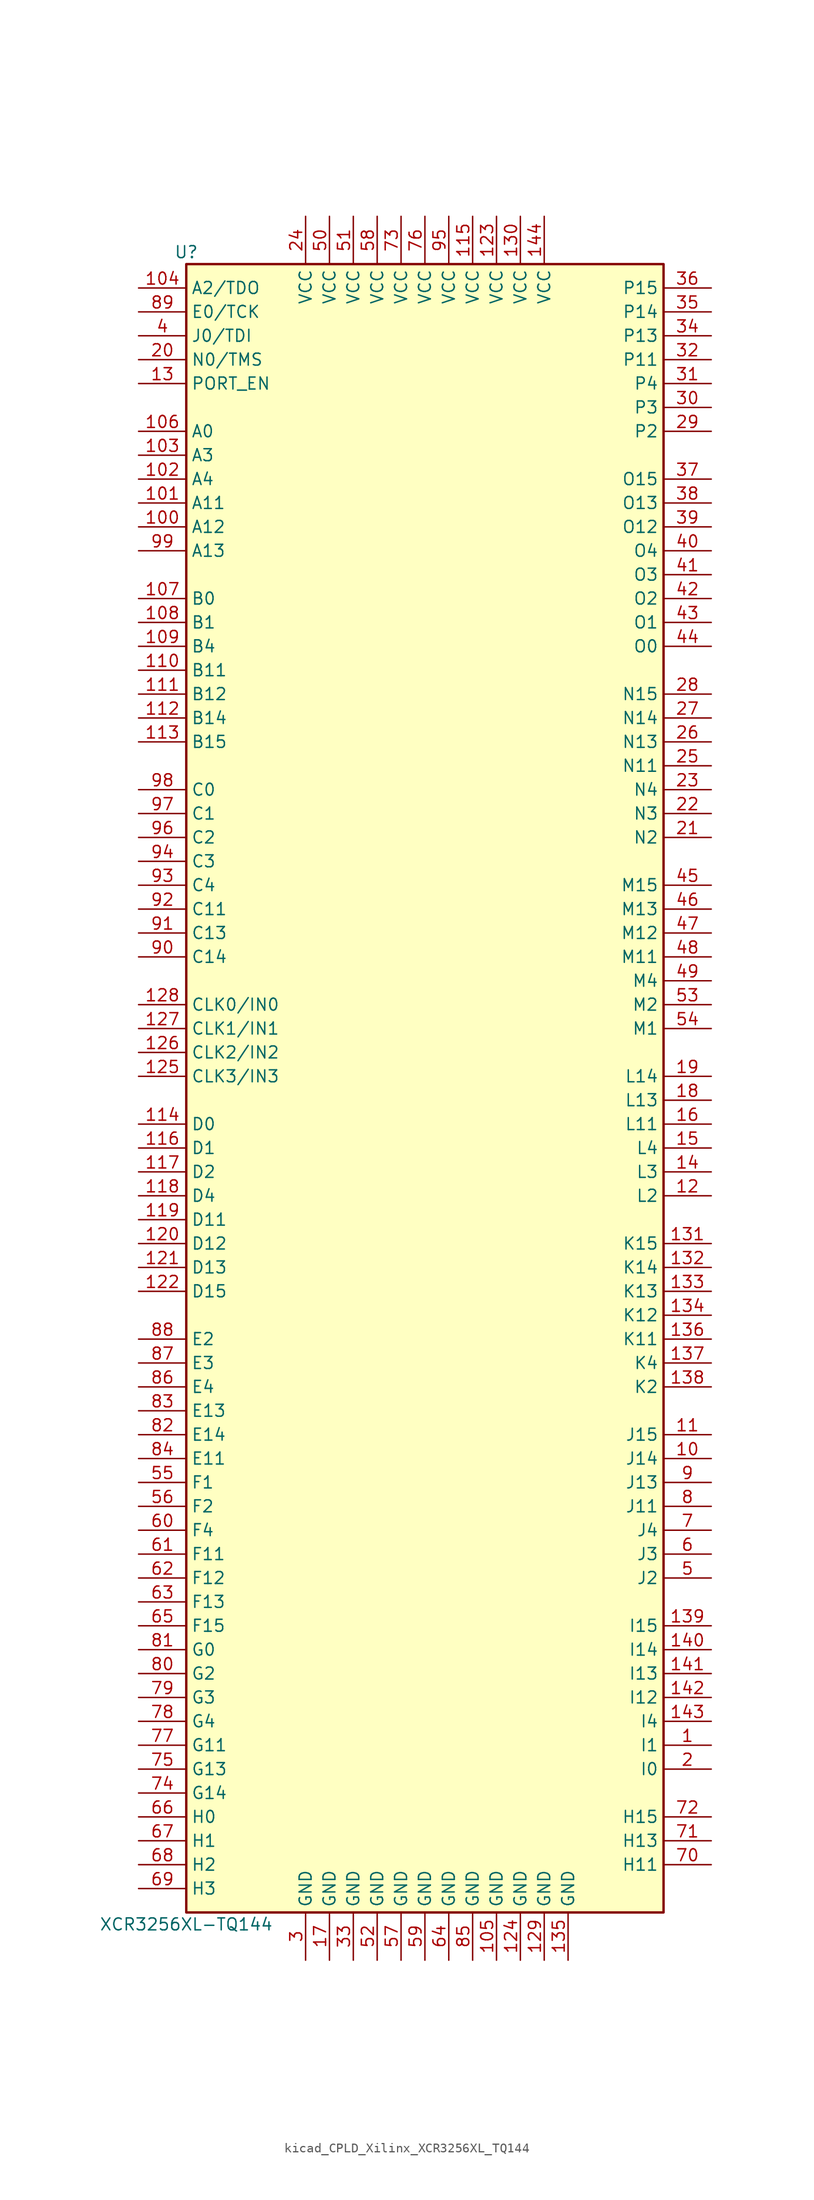
<source format=kicad_sym>
(kicad_symbol_lib
  (version 20220914)
  (generator kicad_symbol_editor)
  (symbol "kicad_CPLD_Xilinx_XCR3256XL_TQ144"
    (property "Reference" "U"
      (at -25.4 87.63 0)
      (effects (font (size 1.27 1.27))))
    (property "Value" "XCR3256XL-TQ144"
      (at -25.4 -90.17 0)
      (effects (font (size 1.27 1.27))))
    (symbol "kicad_CPLD_Xilinx_XCR3256XL_TQ144_1_1"
      (rectangle (start -25.4 86.36) (end 25.4 -88.9) (stroke (width 0.254) (type default)) (fill (type background)))
      (pin passive line (at 30.48 -71.12 180) (length 5.08) (name "I1" (effects (font (size 1.27 1.27)))) (number "1" (effects (font (size 1.27 1.27)))))
      (pin passive line (at 30.48 -40.64 180) (length 5.08) (name "J14" (effects (font (size 1.27 1.27)))) (number "10" (effects (font (size 1.27 1.27)))))
      (pin passive line (at -30.48 58.42 0) (length 5.08) (name "A12" (effects (font (size 1.27 1.27)))) (number "100" (effects (font (size 1.27 1.27)))))
      (pin passive line (at -30.48 60.96 0) (length 5.08) (name "A11" (effects (font (size 1.27 1.27)))) (number "101" (effects (font (size 1.27 1.27)))))
      (pin passive line (at -30.48 63.5 0) (length 5.08) (name "A4" (effects (font (size 1.27 1.27)))) (number "102" (effects (font (size 1.27 1.27)))))
      (pin passive line (at -30.48 66.04 0) (length 5.08) (name "A3" (effects (font (size 1.27 1.27)))) (number "103" (effects (font (size 1.27 1.27)))))
      (pin passive line (at -30.48 83.82 0) (length 5.08) (name "A2/TDO" (effects (font (size 1.27 1.27)))) (number "104" (effects (font (size 1.27 1.27)))))
      (pin power_in line (at 7.62 -93.98 90) (length 5.08) (name "GND" (effects (font (size 1.27 1.27)))) (number "105" (effects (font (size 1.27 1.27)))))
      (pin passive line (at -30.48 68.58 0) (length 5.08) (name "A0" (effects (font (size 1.27 1.27)))) (number "106" (effects (font (size 1.27 1.27)))))
      (pin passive line (at -30.48 50.8 0) (length 5.08) (name "B0" (effects (font (size 1.27 1.27)))) (number "107" (effects (font (size 1.27 1.27)))))
      (pin passive line (at -30.48 48.26 0) (length 5.08) (name "B1" (effects (font (size 1.27 1.27)))) (number "108" (effects (font (size 1.27 1.27)))))
      (pin passive line (at -30.48 45.72 0) (length 5.08) (name "B4" (effects (font (size 1.27 1.27)))) (number "109" (effects (font (size 1.27 1.27)))))
      (pin passive line (at 30.48 -38.1 180) (length 5.08) (name "J15" (effects (font (size 1.27 1.27)))) (number "11" (effects (font (size 1.27 1.27)))))
      (pin passive line (at -30.48 43.18 0) (length 5.08) (name "B11" (effects (font (size 1.27 1.27)))) (number "110" (effects (font (size 1.27 1.27)))))
      (pin passive line (at -30.48 40.64 0) (length 5.08) (name "B12" (effects (font (size 1.27 1.27)))) (number "111" (effects (font (size 1.27 1.27)))))
      (pin passive line (at -30.48 38.1 0) (length 5.08) (name "B14" (effects (font (size 1.27 1.27)))) (number "112" (effects (font (size 1.27 1.27)))))
      (pin passive line (at -30.48 35.56 0) (length 5.08) (name "B15" (effects (font (size 1.27 1.27)))) (number "113" (effects (font (size 1.27 1.27)))))
      (pin passive line (at -30.48 -5.08 0) (length 5.08) (name "D0" (effects (font (size 1.27 1.27)))) (number "114" (effects (font (size 1.27 1.27)))))
      (pin power_in line (at 5.08 91.44 270) (length 5.08) (name "VCC" (effects (font (size 1.27 1.27)))) (number "115" (effects (font (size 1.27 1.27)))))
      (pin passive line (at -30.48 -7.62 0) (length 5.08) (name "D1" (effects (font (size 1.27 1.27)))) (number "116" (effects (font (size 1.27 1.27)))))
      (pin passive line (at -30.48 -10.16 0) (length 5.08) (name "D2" (effects (font (size 1.27 1.27)))) (number "117" (effects (font (size 1.27 1.27)))))
      (pin passive line (at -30.48 -12.7 0) (length 5.08) (name "D4" (effects (font (size 1.27 1.27)))) (number "118" (effects (font (size 1.27 1.27)))))
      (pin passive line (at -30.48 -15.24 0) (length 5.08) (name "D11" (effects (font (size 1.27 1.27)))) (number "119" (effects (font (size 1.27 1.27)))))
      (pin passive line (at 30.48 -12.7 180) (length 5.08) (name "L2" (effects (font (size 1.27 1.27)))) (number "12" (effects (font (size 1.27 1.27)))))
      (pin passive line (at -30.48 -17.78 0) (length 5.08) (name "D12" (effects (font (size 1.27 1.27)))) (number "120" (effects (font (size 1.27 1.27)))))
      (pin passive line (at -30.48 -20.32 0) (length 5.08) (name "D13" (effects (font (size 1.27 1.27)))) (number "121" (effects (font (size 1.27 1.27)))))
      (pin passive line (at -30.48 -22.86 0) (length 5.08) (name "D15" (effects (font (size 1.27 1.27)))) (number "122" (effects (font (size 1.27 1.27)))))
      (pin power_in line (at 7.62 91.44 270) (length 5.08) (name "VCC" (effects (font (size 1.27 1.27)))) (number "123" (effects (font (size 1.27 1.27)))))
      (pin power_in line (at 10.16 -93.98 90) (length 5.08) (name "GND" (effects (font (size 1.27 1.27)))) (number "124" (effects (font (size 1.27 1.27)))))
      (pin input line (at -30.48 0 0) (length 5.08) (name "CLK3/IN3" (effects (font (size 1.27 1.27)))) (number "125" (effects (font (size 1.27 1.27)))))
      (pin input line (at -30.48 2.54 0) (length 5.08) (name "CLK2/IN2" (effects (font (size 1.27 1.27)))) (number "126" (effects (font (size 1.27 1.27)))))
      (pin input line (at -30.48 5.08 0) (length 5.08) (name "CLK1/IN1" (effects (font (size 1.27 1.27)))) (number "127" (effects (font (size 1.27 1.27)))))
      (pin input line (at -30.48 7.62 0) (length 5.08) (name "CLK0/IN0" (effects (font (size 1.27 1.27)))) (number "128" (effects (font (size 1.27 1.27)))))
      (pin power_in line (at 12.7 -93.98 90) (length 5.08) (name "GND" (effects (font (size 1.27 1.27)))) (number "129" (effects (font (size 1.27 1.27)))))
      (pin passive line (at -30.48 73.66 0) (length 5.08) (name "PORT_EN" (effects (font (size 1.27 1.27)))) (number "13" (effects (font (size 1.27 1.27)))))
      (pin power_in line (at 10.16 91.44 270) (length 5.08) (name "VCC" (effects (font (size 1.27 1.27)))) (number "130" (effects (font (size 1.27 1.27)))))
      (pin passive line (at 30.48 -17.78 180) (length 5.08) (name "K15" (effects (font (size 1.27 1.27)))) (number "131" (effects (font (size 1.27 1.27)))))
      (pin passive line (at 30.48 -20.32 180) (length 5.08) (name "K14" (effects (font (size 1.27 1.27)))) (number "132" (effects (font (size 1.27 1.27)))))
      (pin passive line (at 30.48 -22.86 180) (length 5.08) (name "K13" (effects (font (size 1.27 1.27)))) (number "133" (effects (font (size 1.27 1.27)))))
      (pin passive line (at 30.48 -25.4 180) (length 5.08) (name "K12" (effects (font (size 1.27 1.27)))) (number "134" (effects (font (size 1.27 1.27)))))
      (pin power_in line (at 15.24 -93.98 90) (length 5.08) (name "GND" (effects (font (size 1.27 1.27)))) (number "135" (effects (font (size 1.27 1.27)))))
      (pin passive line (at 30.48 -27.94 180) (length 5.08) (name "K11" (effects (font (size 1.27 1.27)))) (number "136" (effects (font (size 1.27 1.27)))))
      (pin passive line (at 30.48 -30.48 180) (length 5.08) (name "K4" (effects (font (size 1.27 1.27)))) (number "137" (effects (font (size 1.27 1.27)))))
      (pin passive line (at 30.48 -33.02 180) (length 5.08) (name "K2" (effects (font (size 1.27 1.27)))) (number "138" (effects (font (size 1.27 1.27)))))
      (pin passive line (at 30.48 -58.42 180) (length 5.08) (name "I15" (effects (font (size 1.27 1.27)))) (number "139" (effects (font (size 1.27 1.27)))))
      (pin passive line (at 30.48 -10.16 180) (length 5.08) (name "L3" (effects (font (size 1.27 1.27)))) (number "14" (effects (font (size 1.27 1.27)))))
      (pin passive line (at 30.48 -60.96 180) (length 5.08) (name "I14" (effects (font (size 1.27 1.27)))) (number "140" (effects (font (size 1.27 1.27)))))
      (pin passive line (at 30.48 -63.5 180) (length 5.08) (name "I13" (effects (font (size 1.27 1.27)))) (number "141" (effects (font (size 1.27 1.27)))))
      (pin passive line (at 30.48 -66.04 180) (length 5.08) (name "I12" (effects (font (size 1.27 1.27)))) (number "142" (effects (font (size 1.27 1.27)))))
      (pin passive line (at 30.48 -68.58 180) (length 5.08) (name "I4" (effects (font (size 1.27 1.27)))) (number "143" (effects (font (size 1.27 1.27)))))
      (pin power_in line (at 12.7 91.44 270) (length 5.08) (name "VCC" (effects (font (size 1.27 1.27)))) (number "144" (effects (font (size 1.27 1.27)))))
      (pin passive line (at 30.48 -7.62 180) (length 5.08) (name "L4" (effects (font (size 1.27 1.27)))) (number "15" (effects (font (size 1.27 1.27)))))
      (pin passive line (at 30.48 -5.08 180) (length 5.08) (name "L11" (effects (font (size 1.27 1.27)))) (number "16" (effects (font (size 1.27 1.27)))))
      (pin power_in line (at -10.16 -93.98 90) (length 5.08) (name "GND" (effects (font (size 1.27 1.27)))) (number "17" (effects (font (size 1.27 1.27)))))
      (pin passive line (at 30.48 -2.54 180) (length 5.08) (name "L13" (effects (font (size 1.27 1.27)))) (number "18" (effects (font (size 1.27 1.27)))))
      (pin passive line (at 30.48 0 180) (length 5.08) (name "L14" (effects (font (size 1.27 1.27)))) (number "19" (effects (font (size 1.27 1.27)))))
      (pin passive line (at 30.48 -73.66 180) (length 5.08) (name "I0" (effects (font (size 1.27 1.27)))) (number "2" (effects (font (size 1.27 1.27)))))
      (pin passive line (at -30.48 76.2 0) (length 5.08) (name "N0/TMS" (effects (font (size 1.27 1.27)))) (number "20" (effects (font (size 1.27 1.27)))))
      (pin passive line (at 30.48 25.4 180) (length 5.08) (name "N2" (effects (font (size 1.27 1.27)))) (number "21" (effects (font (size 1.27 1.27)))))
      (pin passive line (at 30.48 27.94 180) (length 5.08) (name "N3" (effects (font (size 1.27 1.27)))) (number "22" (effects (font (size 1.27 1.27)))))
      (pin passive line (at 30.48 30.48 180) (length 5.08) (name "N4" (effects (font (size 1.27 1.27)))) (number "23" (effects (font (size 1.27 1.27)))))
      (pin power_in line (at -12.7 91.44 270) (length 5.08) (name "VCC" (effects (font (size 1.27 1.27)))) (number "24" (effects (font (size 1.27 1.27)))))
      (pin passive line (at 30.48 33.02 180) (length 5.08) (name "N11" (effects (font (size 1.27 1.27)))) (number "25" (effects (font (size 1.27 1.27)))))
      (pin passive line (at 30.48 35.56 180) (length 5.08) (name "N13" (effects (font (size 1.27 1.27)))) (number "26" (effects (font (size 1.27 1.27)))))
      (pin passive line (at 30.48 38.1 180) (length 5.08) (name "N14" (effects (font (size 1.27 1.27)))) (number "27" (effects (font (size 1.27 1.27)))))
      (pin passive line (at 30.48 40.64 180) (length 5.08) (name "N15" (effects (font (size 1.27 1.27)))) (number "28" (effects (font (size 1.27 1.27)))))
      (pin passive line (at 30.48 68.58 180) (length 5.08) (name "P2" (effects (font (size 1.27 1.27)))) (number "29" (effects (font (size 1.27 1.27)))))
      (pin power_in line (at -12.7 -93.98 90) (length 5.08) (name "GND" (effects (font (size 1.27 1.27)))) (number "3" (effects (font (size 1.27 1.27)))))
      (pin passive line (at 30.48 71.12 180) (length 5.08) (name "P3" (effects (font (size 1.27 1.27)))) (number "30" (effects (font (size 1.27 1.27)))))
      (pin passive line (at 30.48 73.66 180) (length 5.08) (name "P4" (effects (font (size 1.27 1.27)))) (number "31" (effects (font (size 1.27 1.27)))))
      (pin passive line (at 30.48 76.2 180) (length 5.08) (name "P11" (effects (font (size 1.27 1.27)))) (number "32" (effects (font (size 1.27 1.27)))))
      (pin power_in line (at -7.62 -93.98 90) (length 5.08) (name "GND" (effects (font (size 1.27 1.27)))) (number "33" (effects (font (size 1.27 1.27)))))
      (pin passive line (at 30.48 78.74 180) (length 5.08) (name "P13" (effects (font (size 1.27 1.27)))) (number "34" (effects (font (size 1.27 1.27)))))
      (pin passive line (at 30.48 81.28 180) (length 5.08) (name "P14" (effects (font (size 1.27 1.27)))) (number "35" (effects (font (size 1.27 1.27)))))
      (pin passive line (at 30.48 83.82 180) (length 5.08) (name "P15" (effects (font (size 1.27 1.27)))) (number "36" (effects (font (size 1.27 1.27)))))
      (pin passive line (at 30.48 63.5 180) (length 5.08) (name "O15" (effects (font (size 1.27 1.27)))) (number "37" (effects (font (size 1.27 1.27)))))
      (pin passive line (at 30.48 60.96 180) (length 5.08) (name "O13" (effects (font (size 1.27 1.27)))) (number "38" (effects (font (size 1.27 1.27)))))
      (pin passive line (at 30.48 58.42 180) (length 5.08) (name "O12" (effects (font (size 1.27 1.27)))) (number "39" (effects (font (size 1.27 1.27)))))
      (pin passive line (at -30.48 78.74 0) (length 5.08) (name "J0/TDI" (effects (font (size 1.27 1.27)))) (number "4" (effects (font (size 1.27 1.27)))))
      (pin passive line (at 30.48 55.88 180) (length 5.08) (name "O4" (effects (font (size 1.27 1.27)))) (number "40" (effects (font (size 1.27 1.27)))))
      (pin passive line (at 30.48 53.34 180) (length 5.08) (name "O3" (effects (font (size 1.27 1.27)))) (number "41" (effects (font (size 1.27 1.27)))))
      (pin passive line (at 30.48 50.8 180) (length 5.08) (name "O2" (effects (font (size 1.27 1.27)))) (number "42" (effects (font (size 1.27 1.27)))))
      (pin passive line (at 30.48 48.26 180) (length 5.08) (name "O1" (effects (font (size 1.27 1.27)))) (number "43" (effects (font (size 1.27 1.27)))))
      (pin passive line (at 30.48 45.72 180) (length 5.08) (name "O0" (effects (font (size 1.27 1.27)))) (number "44" (effects (font (size 1.27 1.27)))))
      (pin passive line (at 30.48 20.32 180) (length 5.08) (name "M15" (effects (font (size 1.27 1.27)))) (number "45" (effects (font (size 1.27 1.27)))))
      (pin passive line (at 30.48 17.78 180) (length 5.08) (name "M13" (effects (font (size 1.27 1.27)))) (number "46" (effects (font (size 1.27 1.27)))))
      (pin passive line (at 30.48 15.24 180) (length 5.08) (name "M12" (effects (font (size 1.27 1.27)))) (number "47" (effects (font (size 1.27 1.27)))))
      (pin passive line (at 30.48 12.7 180) (length 5.08) (name "M11" (effects (font (size 1.27 1.27)))) (number "48" (effects (font (size 1.27 1.27)))))
      (pin passive line (at 30.48 10.16 180) (length 5.08) (name "M4" (effects (font (size 1.27 1.27)))) (number "49" (effects (font (size 1.27 1.27)))))
      (pin passive line (at 30.48 -53.34 180) (length 5.08) (name "J2" (effects (font (size 1.27 1.27)))) (number "5" (effects (font (size 1.27 1.27)))))
      (pin power_in line (at -10.16 91.44 270) (length 5.08) (name "VCC" (effects (font (size 1.27 1.27)))) (number "50" (effects (font (size 1.27 1.27)))))
      (pin power_in line (at -7.62 91.44 270) (length 5.08) (name "VCC" (effects (font (size 1.27 1.27)))) (number "51" (effects (font (size 1.27 1.27)))))
      (pin power_in line (at -5.08 -93.98 90) (length 5.08) (name "GND" (effects (font (size 1.27 1.27)))) (number "52" (effects (font (size 1.27 1.27)))))
      (pin passive line (at 30.48 7.62 180) (length 5.08) (name "M2" (effects (font (size 1.27 1.27)))) (number "53" (effects (font (size 1.27 1.27)))))
      (pin passive line (at 30.48 5.08 180) (length 5.08) (name "M1" (effects (font (size 1.27 1.27)))) (number "54" (effects (font (size 1.27 1.27)))))
      (pin passive line (at -30.48 -43.18 0) (length 5.08) (name "F1" (effects (font (size 1.27 1.27)))) (number "55" (effects (font (size 1.27 1.27)))))
      (pin passive line (at -30.48 -45.72 0) (length 5.08) (name "F2" (effects (font (size 1.27 1.27)))) (number "56" (effects (font (size 1.27 1.27)))))
      (pin power_in line (at -2.54 -93.98 90) (length 5.08) (name "GND" (effects (font (size 1.27 1.27)))) (number "57" (effects (font (size 1.27 1.27)))))
      (pin power_in line (at -5.08 91.44 270) (length 5.08) (name "VCC" (effects (font (size 1.27 1.27)))) (number "58" (effects (font (size 1.27 1.27)))))
      (pin power_in line (at 0 -93.98 90) (length 5.08) (name "GND" (effects (font (size 1.27 1.27)))) (number "59" (effects (font (size 1.27 1.27)))))
      (pin passive line (at 30.48 -50.8 180) (length 5.08) (name "J3" (effects (font (size 1.27 1.27)))) (number "6" (effects (font (size 1.27 1.27)))))
      (pin passive line (at -30.48 -48.26 0) (length 5.08) (name "F4" (effects (font (size 1.27 1.27)))) (number "60" (effects (font (size 1.27 1.27)))))
      (pin passive line (at -30.48 -50.8 0) (length 5.08) (name "F11" (effects (font (size 1.27 1.27)))) (number "61" (effects (font (size 1.27 1.27)))))
      (pin passive line (at -30.48 -53.34 0) (length 5.08) (name "F12" (effects (font (size 1.27 1.27)))) (number "62" (effects (font (size 1.27 1.27)))))
      (pin passive line (at -30.48 -55.88 0) (length 5.08) (name "F13" (effects (font (size 1.27 1.27)))) (number "63" (effects (font (size 1.27 1.27)))))
      (pin power_in line (at 2.54 -93.98 90) (length 5.08) (name "GND" (effects (font (size 1.27 1.27)))) (number "64" (effects (font (size 1.27 1.27)))))
      (pin passive line (at -30.48 -58.42 0) (length 5.08) (name "F15" (effects (font (size 1.27 1.27)))) (number "65" (effects (font (size 1.27 1.27)))))
      (pin passive line (at -30.48 -78.74 0) (length 5.08) (name "H0" (effects (font (size 1.27 1.27)))) (number "66" (effects (font (size 1.27 1.27)))))
      (pin passive line (at -30.48 -81.28 0) (length 5.08) (name "H1" (effects (font (size 1.27 1.27)))) (number "67" (effects (font (size 1.27 1.27)))))
      (pin passive line (at -30.48 -83.82 0) (length 5.08) (name "H2" (effects (font (size 1.27 1.27)))) (number "68" (effects (font (size 1.27 1.27)))))
      (pin passive line (at -30.48 -86.36 0) (length 5.08) (name "H3" (effects (font (size 1.27 1.27)))) (number "69" (effects (font (size 1.27 1.27)))))
      (pin passive line (at 30.48 -48.26 180) (length 5.08) (name "J4" (effects (font (size 1.27 1.27)))) (number "7" (effects (font (size 1.27 1.27)))))
      (pin passive line (at 30.48 -83.82 180) (length 5.08) (name "H11" (effects (font (size 1.27 1.27)))) (number "70" (effects (font (size 1.27 1.27)))))
      (pin passive line (at 30.48 -81.28 180) (length 5.08) (name "H13" (effects (font (size 1.27 1.27)))) (number "71" (effects (font (size 1.27 1.27)))))
      (pin passive line (at 30.48 -78.74 180) (length 5.08) (name "H15" (effects (font (size 1.27 1.27)))) (number "72" (effects (font (size 1.27 1.27)))))
      (pin power_in line (at -2.54 91.44 270) (length 5.08) (name "VCC" (effects (font (size 1.27 1.27)))) (number "73" (effects (font (size 1.27 1.27)))))
      (pin passive line (at -30.48 -76.2 0) (length 5.08) (name "G14" (effects (font (size 1.27 1.27)))) (number "74" (effects (font (size 1.27 1.27)))))
      (pin passive line (at -30.48 -73.66 0) (length 5.08) (name "G13" (effects (font (size 1.27 1.27)))) (number "75" (effects (font (size 1.27 1.27)))))
      (pin power_in line (at 0 91.44 270) (length 5.08) (name "VCC" (effects (font (size 1.27 1.27)))) (number "76" (effects (font (size 1.27 1.27)))))
      (pin passive line (at -30.48 -71.12 0) (length 5.08) (name "G11" (effects (font (size 1.27 1.27)))) (number "77" (effects (font (size 1.27 1.27)))))
      (pin passive line (at -30.48 -68.58 0) (length 5.08) (name "G4" (effects (font (size 1.27 1.27)))) (number "78" (effects (font (size 1.27 1.27)))))
      (pin passive line (at -30.48 -66.04 0) (length 5.08) (name "G3" (effects (font (size 1.27 1.27)))) (number "79" (effects (font (size 1.27 1.27)))))
      (pin passive line (at 30.48 -45.72 180) (length 5.08) (name "J11" (effects (font (size 1.27 1.27)))) (number "8" (effects (font (size 1.27 1.27)))))
      (pin passive line (at -30.48 -63.5 0) (length 5.08) (name "G2" (effects (font (size 1.27 1.27)))) (number "80" (effects (font (size 1.27 1.27)))))
      (pin input line (at -30.48 -60.96 0) (length 5.08) (name "G0" (effects (font (size 1.27 1.27)))) (number "81" (effects (font (size 1.27 1.27)))))
      (pin passive line (at -30.48 -38.1 0) (length 5.08) (name "E14" (effects (font (size 1.27 1.27)))) (number "82" (effects (font (size 1.27 1.27)))))
      (pin passive line (at -30.48 -35.56 0) (length 5.08) (name "E13" (effects (font (size 1.27 1.27)))) (number "83" (effects (font (size 1.27 1.27)))))
      (pin passive line (at -30.48 -40.64 0) (length 5.08) (name "E11" (effects (font (size 1.27 1.27)))) (number "84" (effects (font (size 1.27 1.27)))))
      (pin power_in line (at 5.08 -93.98 90) (length 5.08) (name "GND" (effects (font (size 1.27 1.27)))) (number "85" (effects (font (size 1.27 1.27)))))
      (pin passive line (at -30.48 -33.02 0) (length 5.08) (name "E4" (effects (font (size 1.27 1.27)))) (number "86" (effects (font (size 1.27 1.27)))))
      (pin passive line (at -30.48 -30.48 0) (length 5.08) (name "E3" (effects (font (size 1.27 1.27)))) (number "87" (effects (font (size 1.27 1.27)))))
      (pin passive line (at -30.48 -27.94 0) (length 5.08) (name "E2" (effects (font (size 1.27 1.27)))) (number "88" (effects (font (size 1.27 1.27)))))
      (pin passive line (at -30.48 81.28 0) (length 5.08) (name "E0/TCK" (effects (font (size 1.27 1.27)))) (number "89" (effects (font (size 1.27 1.27)))))
      (pin passive line (at 30.48 -43.18 180) (length 5.08) (name "J13" (effects (font (size 1.27 1.27)))) (number "9" (effects (font (size 1.27 1.27)))))
      (pin passive line (at -30.48 12.7 0) (length 5.08) (name "C14" (effects (font (size 1.27 1.27)))) (number "90" (effects (font (size 1.27 1.27)))))
      (pin passive line (at -30.48 15.24 0) (length 5.08) (name "C13" (effects (font (size 1.27 1.27)))) (number "91" (effects (font (size 1.27 1.27)))))
      (pin passive line (at -30.48 17.78 0) (length 5.08) (name "C11" (effects (font (size 1.27 1.27)))) (number "92" (effects (font (size 1.27 1.27)))))
      (pin passive line (at -30.48 20.32 0) (length 5.08) (name "C4" (effects (font (size 1.27 1.27)))) (number "93" (effects (font (size 1.27 1.27)))))
      (pin passive line (at -30.48 22.86 0) (length 5.08) (name "C3" (effects (font (size 1.27 1.27)))) (number "94" (effects (font (size 1.27 1.27)))))
      (pin power_in line (at 2.54 91.44 270) (length 5.08) (name "VCC" (effects (font (size 1.27 1.27)))) (number "95" (effects (font (size 1.27 1.27)))))
      (pin passive line (at -30.48 25.4 0) (length 5.08) (name "C2" (effects (font (size 1.27 1.27)))) (number "96" (effects (font (size 1.27 1.27)))))
      (pin passive line (at -30.48 27.94 0) (length 5.08) (name "C1" (effects (font (size 1.27 1.27)))) (number "97" (effects (font (size 1.27 1.27)))))
      (pin passive line (at -30.48 30.48 0) (length 5.08) (name "C0" (effects (font (size 1.27 1.27)))) (number "98" (effects (font (size 1.27 1.27)))))
      (pin passive line (at -30.48 55.88 0) (length 5.08) (name "A13" (effects (font (size 1.27 1.27)))) (number "99" (effects (font (size 1.27 1.27))))))))
</source>
